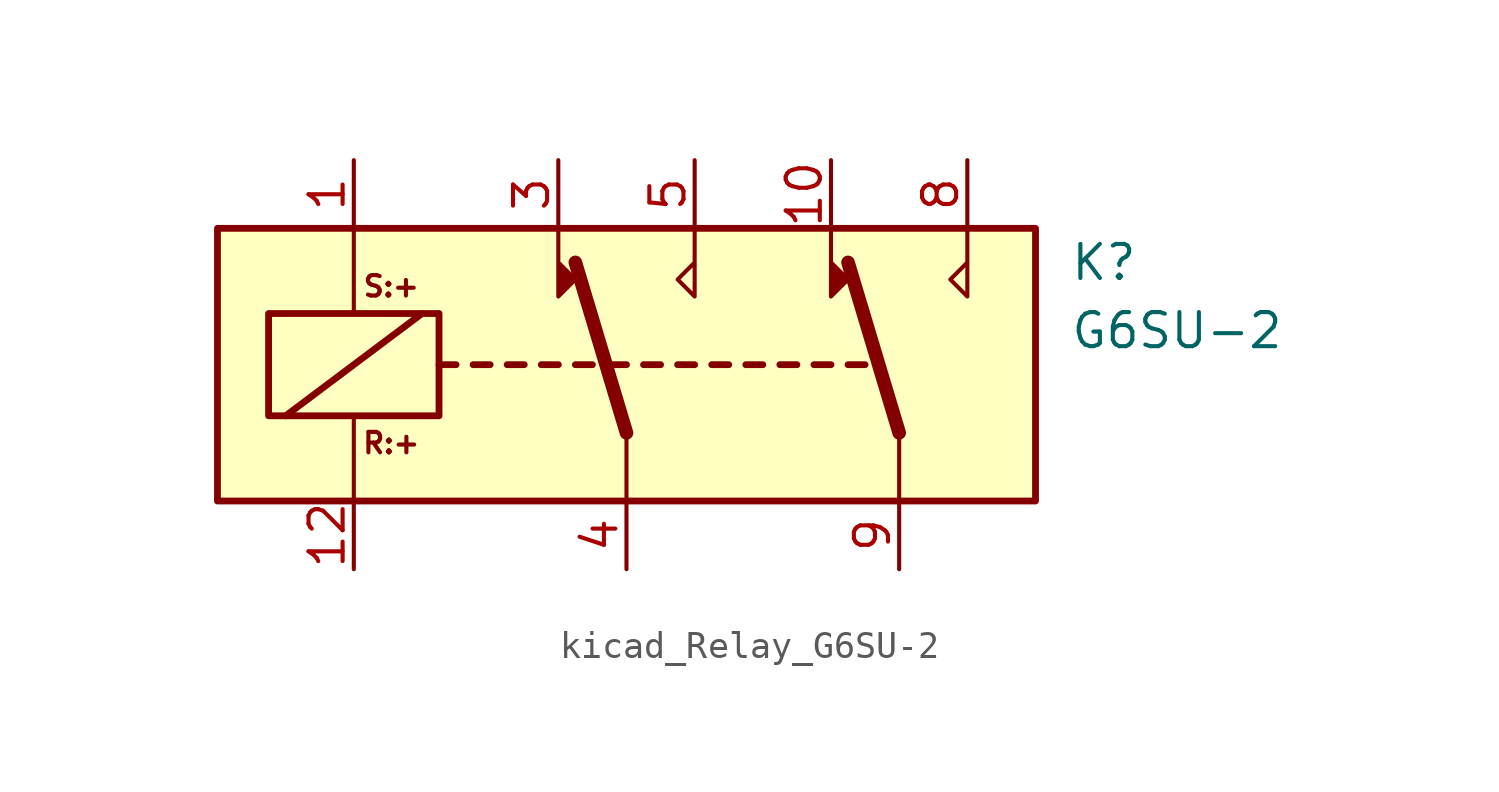
<source format=kicad_sym>
(kicad_symbol_lib
  (version 20220914)
  (generator kicad_symbol_editor)
  (symbol "kicad_Relay_G6SU-2"
    (property "Reference" "K"
      (at 16.51 3.81 0)
      (effects (font (size 1.27 1.27)) (justify left)))
    (property "Value" "G6SU-2"
      (at 16.51 1.27 0)
      (effects (font (size 1.27 1.27)) (justify left)))
    (symbol "kicad_Relay_G6SU-2_0_0"
      (text "R:+" (at -8.763 -2.921 0) (effects (font (size 0.762 0.762))))
      (text "S:+" (at -8.763 2.921 0) (effects (font (size 0.762 0.762)))))
    (symbol "kicad_Relay_G6SU-2_0_1"
      (rectangle (start -15.24 5.08) (end 15.24 -5.08) (stroke (width 0.254) (type default)) (fill (type background)))
      (rectangle (start -13.335 1.905) (end -6.985 -1.905) (stroke (width 0.254) (type default)) (fill (type none)))
      (polyline (pts (xy -12.7 -1.905) (xy -7.62 1.905)) (stroke (width 0.254) (type default)) (fill (type none)))
      (polyline (pts (xy -10.16 -5.08) (xy -10.16 -1.905)) (stroke (width 0) (type default)) (fill (type none)))
      (polyline (pts (xy -10.16 5.08) (xy -10.16 1.905)) (stroke (width 0) (type default)) (fill (type none)))
      (polyline (pts (xy -6.985 0) (xy -6.35 0)) (stroke (width 0.254) (type default)) (fill (type none)))
      (polyline (pts (xy -5.715 0) (xy -5.08 0)) (stroke (width 0.254) (type default)) (fill (type none)))
      (polyline (pts (xy -4.445 0) (xy -3.81 0)) (stroke (width 0.254) (type default)) (fill (type none)))
      (polyline (pts (xy -3.175 0) (xy -2.54 0)) (stroke (width 0.254) (type default)) (fill (type none)))
      (polyline (pts (xy -1.905 0) (xy -1.27 0)) (stroke (width 0.254) (type default)) (fill (type none)))
      (polyline (pts (xy -0.635 0) (xy 0 0)) (stroke (width 0.254) (type default)) (fill (type none)))
      (polyline (pts (xy 0 -2.54) (xy -1.905 3.81)) (stroke (width 0.508) (type default)) (fill (type none)))
      (polyline (pts (xy 0 -2.54) (xy 0 -5.08)) (stroke (width 0) (type default)) (fill (type none)))
      (polyline (pts (xy 0.635 0) (xy 1.27 0)) (stroke (width 0.254) (type default)) (fill (type none)))
      (polyline (pts (xy 1.905 0) (xy 2.54 0)) (stroke (width 0.254) (type default)) (fill (type none)))
      (polyline (pts (xy 3.175 0) (xy 3.81 0)) (stroke (width 0.254) (type default)) (fill (type none)))
      (polyline (pts (xy 4.445 0) (xy 5.08 0)) (stroke (width 0.254) (type default)) (fill (type none)))
      (polyline (pts (xy 5.715 0) (xy 6.35 0)) (stroke (width 0.254) (type default)) (fill (type none)))
      (polyline (pts (xy 6.985 0) (xy 7.62 0)) (stroke (width 0.254) (type default)) (fill (type none)))
      (polyline (pts (xy 8.255 0) (xy 8.89 0)) (stroke (width 0.254) (type default)) (fill (type none)))
      (polyline (pts (xy 10.16 -2.54) (xy 8.255 3.81)) (stroke (width 0.508) (type default)) (fill (type none)))
      (polyline (pts (xy 10.16 -2.54) (xy 10.16 -5.08)) (stroke (width 0) (type default)) (fill (type none)))
      (polyline (pts (xy -2.54 5.08) (xy -2.54 2.54) (xy -1.905 3.175) (xy -2.54 3.81)) (stroke (width 0) (type default)) (fill (type outline)))
      (polyline (pts (xy 2.54 5.08) (xy 2.54 2.54) (xy 1.905 3.175) (xy 2.54 3.81)) (stroke (width 0) (type default)) (fill (type none)))
      (polyline (pts (xy 7.62 5.08) (xy 7.62 2.54) (xy 8.255 3.175) (xy 7.62 3.81)) (stroke (width 0) (type default)) (fill (type outline)))
      (polyline (pts (xy 12.7 5.08) (xy 12.7 2.54) (xy 12.065 3.175) (xy 12.7 3.81)) (stroke (width 0) (type default)) (fill (type none))))
    (symbol "kicad_Relay_G6SU-2_1_1"
      (pin passive line (at -10.16 7.62 270) (length 2.54) (name "~" (effects (font (size 1.27 1.27)))) (number "1" (effects (font (size 1.27 1.27)))))
      (pin passive line (at 7.62 7.62 270) (length 2.54) (name "~" (effects (font (size 1.27 1.27)))) (number "10" (effects (font (size 1.27 1.27)))))
      (pin passive line (at -10.16 -7.62 90) (length 2.54) (name "~" (effects (font (size 1.27 1.27)))) (number "12" (effects (font (size 1.27 1.27)))))
      (pin passive line (at -2.54 7.62 270) (length 2.54) (name "~" (effects (font (size 1.27 1.27)))) (number "3" (effects (font (size 1.27 1.27)))))
      (pin passive line (at 0 -7.62 90) (length 2.54) (name "~" (effects (font (size 1.27 1.27)))) (number "4" (effects (font (size 1.27 1.27)))))
      (pin passive line (at 2.54 7.62 270) (length 2.54) (name "~" (effects (font (size 1.27 1.27)))) (number "5" (effects (font (size 1.27 1.27)))))
      (pin passive line (at 12.7 7.62 270) (length 2.54) (name "~" (effects (font (size 1.27 1.27)))) (number "8" (effects (font (size 1.27 1.27)))))
      (pin passive line (at 10.16 -7.62 90) (length 2.54) (name "~" (effects (font (size 1.27 1.27)))) (number "9" (effects (font (size 1.27 1.27))))))))
</source>
